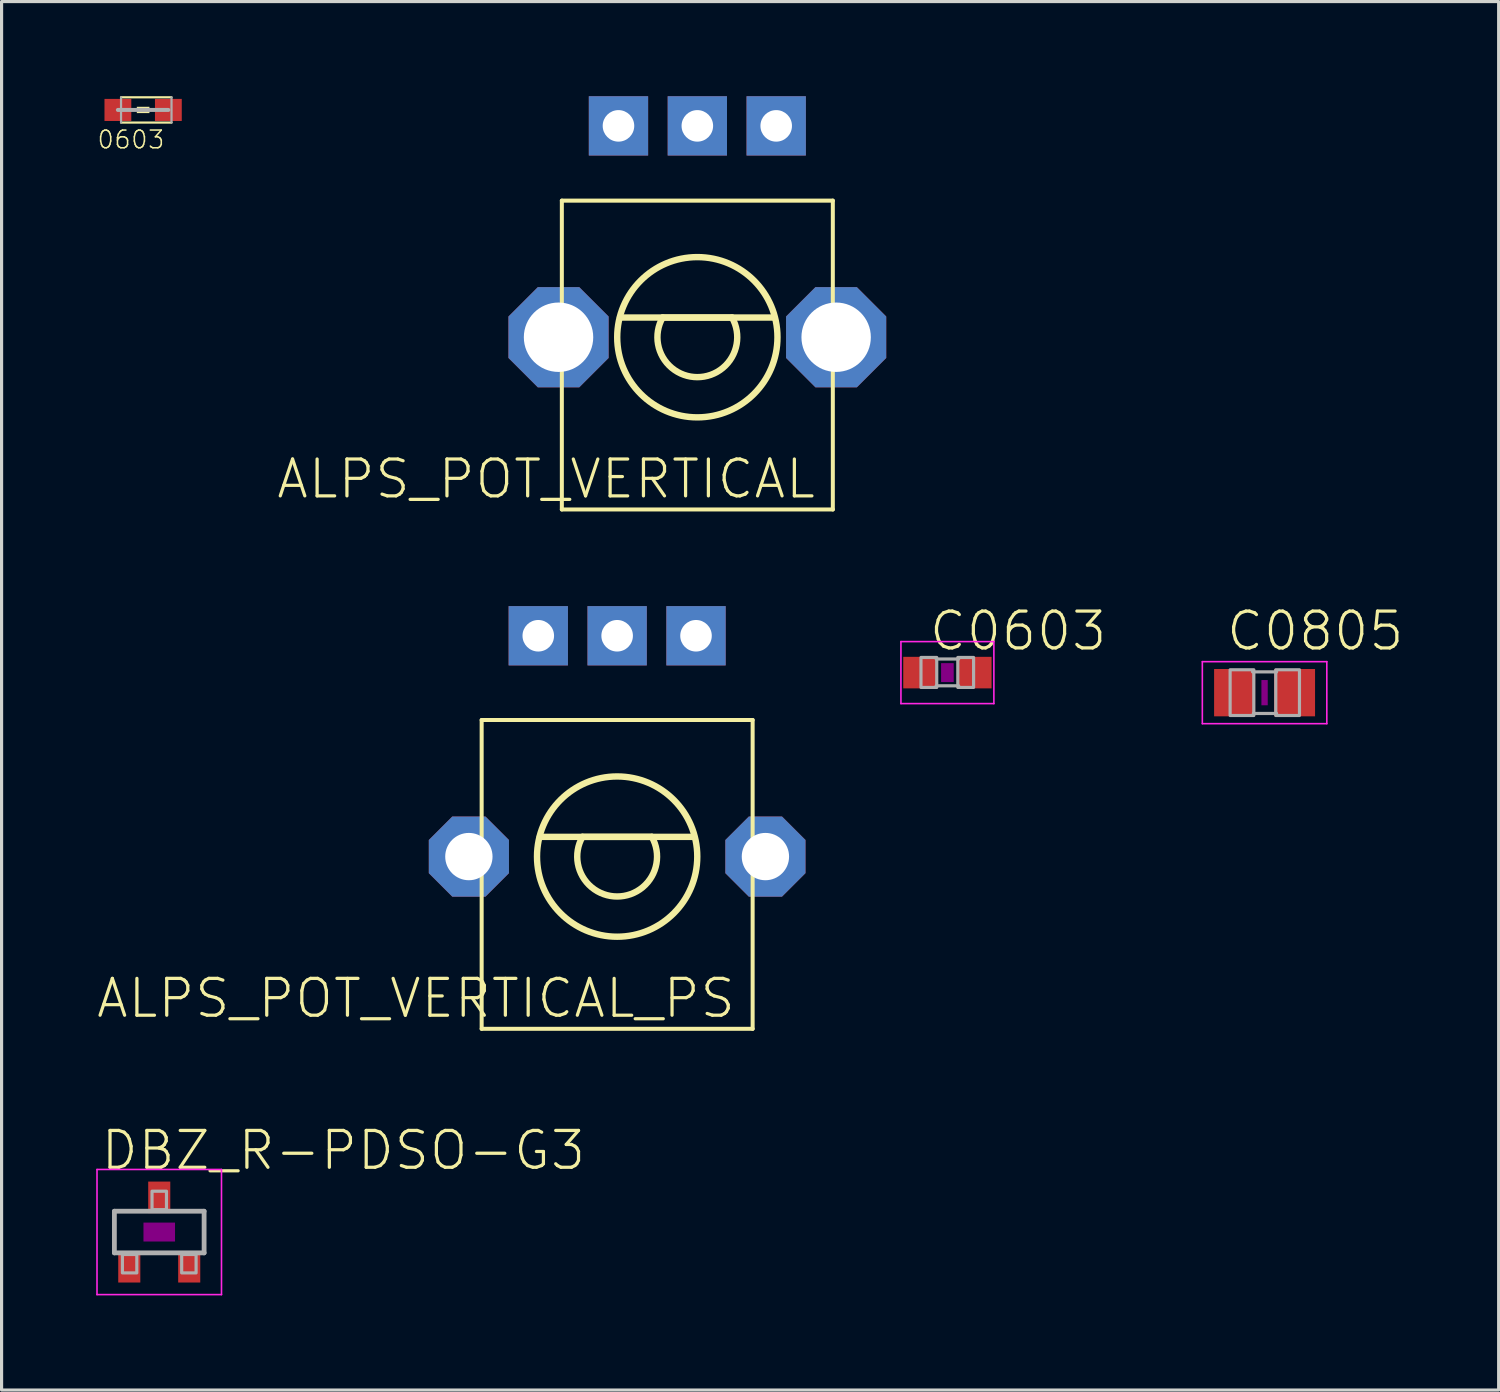
<source format=kicad_pcb>
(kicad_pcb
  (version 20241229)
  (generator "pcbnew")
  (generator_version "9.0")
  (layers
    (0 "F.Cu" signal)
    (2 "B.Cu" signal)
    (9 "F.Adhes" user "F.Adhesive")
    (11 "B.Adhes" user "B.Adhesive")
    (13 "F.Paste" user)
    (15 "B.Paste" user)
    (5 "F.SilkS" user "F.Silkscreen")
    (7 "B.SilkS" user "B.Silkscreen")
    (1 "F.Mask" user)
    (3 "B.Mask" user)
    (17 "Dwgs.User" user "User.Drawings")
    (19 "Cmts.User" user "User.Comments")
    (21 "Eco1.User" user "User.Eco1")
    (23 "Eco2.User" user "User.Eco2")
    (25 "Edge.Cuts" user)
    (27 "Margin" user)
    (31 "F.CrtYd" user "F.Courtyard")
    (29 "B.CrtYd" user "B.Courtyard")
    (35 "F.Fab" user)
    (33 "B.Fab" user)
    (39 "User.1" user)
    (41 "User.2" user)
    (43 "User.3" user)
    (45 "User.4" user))
  (footprint "0603"
    (layer "F.Cu")
    (at 1.587 0.435)
    (property "Reference" "0603" (at -1.587 1.27 0) (layer "F.SilkS") (effects (font (size 0.561 0.561) (thickness 0.049)) (justify left bottom)))
    (fp_line (start -0.8 -0.4) (end 0.8 -0.4) (stroke (width 0.07) (type solid)) (layer "F.SilkS"))
    (fp_line (start 0.8 0.4) (end -0.8 0.4) (stroke (width 0.07) (type solid)) (layer "F.SilkS"))
    (fp_poly (pts (xy -0.3 0.1) (xy 0.1 0.1) (xy 0.1 -0.1) (xy -0.3 -0.1)) (stroke (width 0) (type solid)) (fill yes) (layer "F.SilkS"))
    (fp_line (start -0.9 0) (end 0.7 0) (stroke (width 0.127) (type solid)) (layer "F.Fab"))
    (fp_line (start -0.8 0.4) (end -0.8 -0.4) (stroke (width 0.07) (type solid)) (layer "F.Fab"))
    (fp_line (start 0.8 -0.4) (end 0.8 0.4) (stroke (width 0.07) (type solid)) (layer "F.Fab"))
    (pad "1" smd rect (at -0.9 0) (size 0.85 0.7) (layers "F.Cu" "F.Mask" "F.Paste"))
    (pad "2" smd rect (at 0.7 0) (size 0.85 0.7) (layers "F.Cu" "F.Mask" "F.Paste")))
  (footprint "ALPS_POT_VERTICAL"
    (layer "F.Cu")
    (at 19.055 7.64)
    (property "Reference" "ALPS_POT_VERTICAL" (at 3.81 3.81 0) (layer "F.SilkS") (effects (font (size 1.168 1.168) (thickness 0.102)) (justify right top)))
    (fp_line (start -4.295 -4.33) (end 4.295 -4.33) (stroke (width 0.127) (type solid)) (layer "F.SilkS"))
    (fp_line (start -4.295 5.46) (end -4.295 -4.33) (stroke (width 0.127) (type solid)) (layer "F.SilkS"))
    (fp_line (start -2.45 -0.625) (end 2.425 -0.625) (stroke (width 0.203) (type solid)) (layer "F.SilkS"))
    (fp_line (start -1.1 -0.625) (end 1.1 -0.625) (stroke (width 0.203) (type solid)) (layer "F.SilkS"))
    (fp_line (start 4.295 -4.33) (end 4.295 5.46) (stroke (width 0.127) (type solid)) (layer "F.SilkS"))
    (fp_line (start 4.295 5.46) (end -4.295 5.46) (stroke (width 0.127) (type solid)) (layer "F.SilkS"))
    (fp_arc (start 1.1 -0.625) (mid 0 1.265158) (end -1.1 -0.625) (stroke (width 0.2032) (type solid)) (layer "F.SilkS"))
    (fp_circle (center 0 0) (end 2.54 0) (stroke (width 0.203) (type solid)) (fill no) (layer "F.SilkS"))
    (pad "P$1" thru_hole rect (at -2.5 -6.7 270) (size 1.88 1.88) (drill 1) (layers "*.Cu" "*.Mask"))
    (pad "P$2" thru_hole rect (at 0 -6.7 270) (size 1.88 1.88) (drill 1) (layers "*.Cu" "*.Mask"))
    (pad "P$3" thru_hole rect (at 2.5 -6.7 270) (size 1.88 1.88) (drill 1) (layers "*.Cu" "*.Mask"))
    (pad "P$4" thru_hole roundrect (at -4.4 0 270) (size 3.175 3.175) (drill 2.2) (layers "*.Cu" "*.Mask") (roundrect_rratio 0.25) (chamfer_ratio 0.293) (chamfer top_left top_right bottom_left bottom_right))
    (pad "P$5" thru_hole roundrect (at 4.4 0 270) (size 3.175 3.175) (drill 2.2) (layers "*.Cu" "*.Mask") (roundrect_rratio 0.25) (chamfer_ratio 0.293) (chamfer top_left top_right bottom_left bottom_right)))
  (footprint "C0805"
    (layer "F.Cu")
    (at 37.036 18.907)
    (property "Reference" "C0805" (at -1.27 -1.27 0) (layer "F.SilkS") (effects (font (size 1.168 1.168) (thickness 0.102)) (justify left bottom)))
    (fp_poly (pts (xy -0.1 0.4) (xy 0.1 0.4) (xy 0.1 -0.4) (xy -0.1 -0.4)) (stroke (width 0) (type solid)) (fill yes) (layer "F.Adhes"))
    (fp_line (start -1.973 -0.983) (end 1.973 -0.983) (stroke (width 0.051) (type solid)) (layer "F.CrtYd"))
    (fp_line (start -1.973 0.983) (end -1.973 -0.983) (stroke (width 0.051) (type solid)) (layer "F.CrtYd"))
    (fp_line (start 1.973 -0.983) (end 1.973 0.983) (stroke (width 0.051) (type solid)) (layer "F.CrtYd"))
    (fp_line (start 1.973 0.983) (end -1.973 0.983) (stroke (width 0.051) (type solid)) (layer "F.CrtYd"))
    (fp_line (start -0.381 -0.66) (end 0.381 -0.66) (stroke (width 0.102) (type solid)) (layer "F.Fab"))
    (fp_line (start -0.356 0.66) (end 0.381 0.66) (stroke (width 0.102) (type solid)) (layer "F.Fab"))
    (fp_poly (pts (xy -1.092 0.724) (xy -0.342 0.724) (xy -0.342 -0.726) (xy -1.092 -0.726)) (stroke (width 0.1) (type solid)) (fill no) (layer "F.Fab"))
    (fp_poly (pts (xy 0.356 0.724) (xy 1.106 0.724) (xy 1.106 -0.726) (xy 0.356 -0.726)) (stroke (width 0.1) (type solid)) (fill no) (layer "F.Fab"))
    (pad "1" smd rect (at -0.95 0) (size 1.3 1.5) (layers "F.Cu" "F.Mask" "F.Paste"))
    (pad "2" smd rect (at 0.95 0) (size 1.3 1.5) (layers "F.Cu" "F.Mask" "F.Paste")))
  (footprint "DBZ_R-PDSO-G3"
    (layer "F.Cu")
    (at 1.998 36.005)
    (property "Reference" "DBZ_R-PDSO-G3" (at -1.905 -1.905 0) (layer "F.SilkS") (effects (font (size 1.168 1.168) (thickness 0.102)) (justify left bottom)))
    (fp_poly (pts (xy -0.5 0.3) (xy 0.5 0.3) (xy 0.5 -0.3) (xy -0.5 -0.3)) (stroke (width 0) (type solid)) (fill yes) (layer "F.Adhes"))
    (fp_line (start -1.973 -1.983) (end 1.973 -1.983) (stroke (width 0.051) (type solid)) (layer "F.CrtYd"))
    (fp_line (start -1.973 1.983) (end -1.973 -1.983) (stroke (width 0.051) (type solid)) (layer "F.CrtYd"))
    (fp_line (start 1.973 -1.983) (end 1.973 1.983) (stroke (width 0.051) (type solid)) (layer "F.CrtYd"))
    (fp_line (start 1.973 1.983) (end -1.973 1.983) (stroke (width 0.051) (type solid)) (layer "F.CrtYd"))
    (fp_line (start -1.422 -0.66) (end 1.422 -0.66) (stroke (width 0.152) (type solid)) (layer "F.Fab"))
    (fp_line (start -1.422 0.66) (end -1.422 -0.66) (stroke (width 0.152) (type solid)) (layer "F.Fab"))
    (fp_line (start 1.422 -0.66) (end 1.422 0.66) (stroke (width 0.152) (type solid)) (layer "F.Fab"))
    (fp_line (start 1.422 0.66) (end -1.422 0.66) (stroke (width 0.152) (type solid)) (layer "F.Fab"))
    (fp_poly (pts (xy -1.168 1.295) (xy -0.711 1.295) (xy -0.711 0.711) (xy -1.168 0.711)) (stroke (width 0.1) (type solid)) (fill no) (layer "F.Fab"))
    (fp_poly (pts (xy -0.229 -0.711) (xy 0.229 -0.711) (xy 0.229 -1.295) (xy -0.229 -1.295)) (stroke (width 0.1) (type solid)) (fill no) (layer "F.Fab"))
    (fp_poly (pts (xy 0.711 1.295) (xy 1.168 1.295) (xy 1.168 0.711) (xy 0.711 0.711)) (stroke (width 0.1) (type solid)) (fill no) (layer "F.Fab"))
    (pad "1" smd rect (at -0.95 1.1) (size 0.7 1) (layers "F.Cu" "F.Mask" "F.Paste"))
    (pad "2" smd rect (at 0.95 1.1) (size 0.7 1) (layers "F.Cu" "F.Mask" "F.Paste"))
    (pad "3" smd rect (at 0 -1.1) (size 0.7 1) (layers "F.Cu" "F.Mask" "F.Paste")))
  (footprint "ALPS_POT_VERTICAL_PS"
    (layer "F.Cu")
    (at 16.513 24.103)
    (property "Reference" "ALPS_POT_VERTICAL_PS" (at 3.81 3.81 0) (layer "F.SilkS") (effects (font (size 1.168 1.168) (thickness 0.102)) (justify right top)))
    (fp_line (start -4.295 -4.33) (end 4.295 -4.33) (stroke (width 0.127) (type solid)) (layer "F.SilkS"))
    (fp_line (start -4.295 5.46) (end -4.295 -4.33) (stroke (width 0.127) (type solid)) (layer "F.SilkS"))
    (fp_line (start -2.45 -0.625) (end 2.425 -0.625) (stroke (width 0.203) (type solid)) (layer "F.SilkS"))
    (fp_line (start -1.1 -0.625) (end 1.1 -0.625) (stroke (width 0.203) (type solid)) (layer "F.SilkS"))
    (fp_line (start 4.295 -4.33) (end 4.295 5.46) (stroke (width 0.127) (type solid)) (layer "F.SilkS"))
    (fp_line (start 4.295 5.46) (end -4.295 5.46) (stroke (width 0.127) (type solid)) (layer "F.SilkS"))
    (fp_arc (start 1.1 -0.625) (mid 0 1.265158) (end -1.1 -0.625) (stroke (width 0.2032) (type solid)) (layer "F.SilkS"))
    (fp_circle (center 0 0) (end 2.54 0) (stroke (width 0.203) (type solid)) (fill no) (layer "F.SilkS"))
    (pad "P$1" thru_hole rect (at -2.5 -7 270) (size 1.88 1.88) (drill 1) (layers "*.Cu" "*.Mask"))
    (pad "P$2" thru_hole rect (at 0 -7 270) (size 1.88 1.88) (drill 1) (layers "*.Cu" "*.Mask"))
    (pad "P$3" thru_hole rect (at 2.5 -7 270) (size 1.88 1.88) (drill 1) (layers "*.Cu" "*.Mask"))
    (pad "P$4" thru_hole roundrect (at -4.7 0 270) (size 2.54 2.54) (drill 1.5) (layers "*.Cu" "*.Mask") (roundrect_rratio 0.25) (chamfer_ratio 0.293) (chamfer top_left top_right bottom_left bottom_right))
    (pad "P$5" thru_hole roundrect (at 4.7 0 270) (size 2.54 2.54) (drill 1.5) (layers "*.Cu" "*.Mask") (roundrect_rratio 0.25) (chamfer_ratio 0.293) (chamfer top_left top_right bottom_left bottom_right)))
  (footprint "C0603"
    (layer "F.Cu")
    (at 26.982 18.271)
    (property "Reference" "C0603" (at -0.635 -0.635 0) (layer "F.SilkS") (effects (font (size 1.168 1.168) (thickness 0.102)) (justify left bottom)))
    (fp_poly (pts (xy -0.2 0.3) (xy 0.2 0.3) (xy 0.2 -0.3) (xy -0.2 -0.3)) (stroke (width 0) (type solid)) (fill yes) (layer "F.Adhes"))
    (fp_line (start -1.473 -0.983) (end 1.473 -0.983) (stroke (width 0.051) (type solid)) (layer "F.CrtYd"))
    (fp_line (start -1.473 0.983) (end -1.473 -0.983) (stroke (width 0.051) (type solid)) (layer "F.CrtYd"))
    (fp_line (start 1.473 -0.983) (end 1.473 0.983) (stroke (width 0.051) (type solid)) (layer "F.CrtYd"))
    (fp_line (start 1.473 0.983) (end -1.473 0.983) (stroke (width 0.051) (type solid)) (layer "F.CrtYd"))
    (fp_line (start -0.356 -0.432) (end 0.356 -0.432) (stroke (width 0.102) (type solid)) (layer "F.Fab"))
    (fp_line (start -0.356 0.419) (end 0.356 0.419) (stroke (width 0.102) (type solid)) (layer "F.Fab"))
    (fp_poly (pts (xy -0.838 0.47) (xy -0.338 0.47) (xy -0.338 -0.48) (xy -0.838 -0.48)) (stroke (width 0.1) (type solid)) (fill no) (layer "F.Fab"))
    (fp_poly (pts (xy 0.33 0.47) (xy 0.83 0.47) (xy 0.83 -0.48) (xy 0.33 -0.48)) (stroke (width 0.1) (type solid)) (fill no) (layer "F.Fab"))
    (pad "1" smd rect (at -0.85 0) (size 1.1 1) (layers "F.Cu" "F.Mask" "F.Paste"))
    (pad "2" smd rect (at 0.85 0) (size 1.1 1) (layers "F.Cu" "F.Mask" "F.Paste")))
  (gr_rect
    (start -3 -3)
    (end 44.456 41.013)
    (stroke (width 0.1) (type default))
    (fill no)
    (layer "Edge.Cuts")))
</source>
